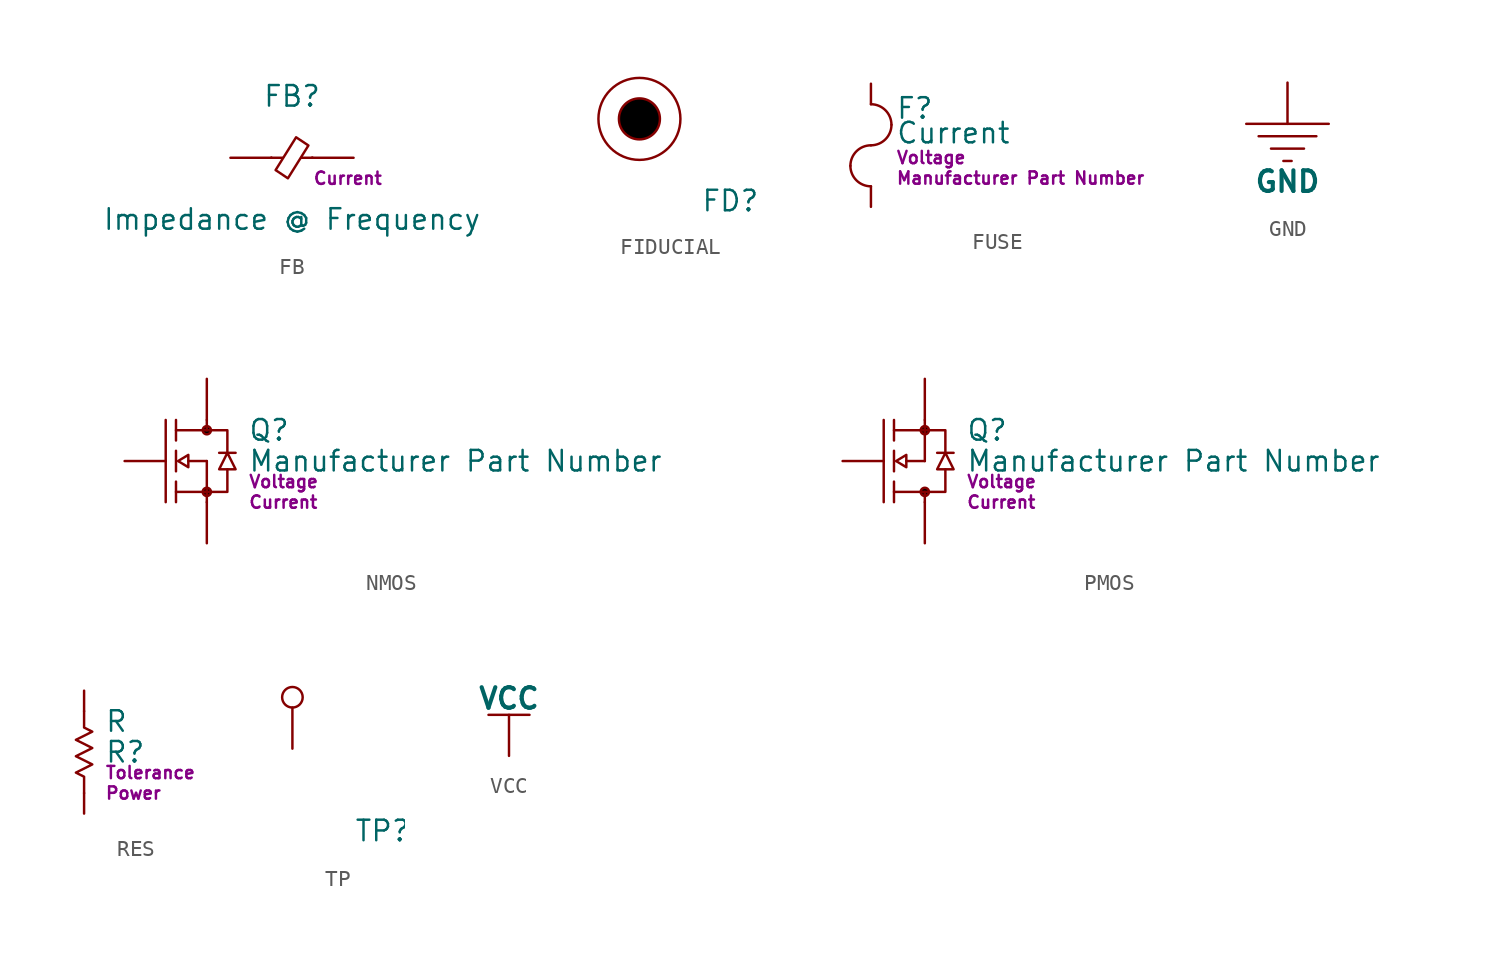
<source format=kicad_sym>
(kicad_symbol_lib
  (version 20231120)
  (generator "kicad_symbol_editor")
  (generator_version "8.0")
  (symbol "FB"
    (pin_numbers hide)
    (pin_names
      (offset 0) hide)
    (property "Reference" "FB"
      (at 3.81 3.81 0)
      (effects (font (size 1.27 1.27))))
    (property "Value" "${Impedance}"
      (at 3.81 -3.81 0)
      (effects (font (size 1.27 1.27))))
    (property "Current" "Current"
      (at 5.08 -1.27 0)
      (effects (font (size 0.762 0.762)) (justify left)))
    (property "Impedance" "Impedance @ Frequency"
      (at 0 -8.89 0)
      (effects (font (size 0.762 0.762)) (justify left) (hide yes)))
    (symbol "FB_0_1"
      (polyline (pts (xy 2.54 0) (xy 2.515 0)) (stroke (width 0) (type default)) (fill (type none)))
      (polyline (pts (xy 2.54 0) (xy 3.239 0)) (stroke (width 0) (type default)) (fill (type none)))
      (polyline (pts (xy 5.08 0) (xy 4.381 0)) (stroke (width 0) (type default)) (fill (type none)))
      (polyline (pts (xy 5.08 0) (xy 5.029 0)) (stroke (width 0) (type default)) (fill (type none)))
      (polyline (pts (xy 4.064 1.27) (xy 4.826 0.762) (xy 3.556 -1.27) (xy 2.794 -0.762) (xy 4.064 1.27)) (stroke (width 0) (type default)) (fill (type none))))
    (symbol "FB_1_1"
      (pin passive line (at 0 0 0) (length 2.54) (name "1" (effects (font (size 1.27 1.27)))) (number "1" (effects (font (size 1.27 1.27)))))
      (pin passive line (at 7.62 0 180) (length 2.54) (name "2" (effects (font (size 1.27 1.27)))) (number "2" (effects (font (size 1.27 1.27)))))))
  (symbol "FIDUCIAL"
    (pin_numbers hide)
    (pin_names
      (offset 0) hide)
    (property "Reference" "FD"
      (at 3.81 -5.08 0)
      (effects (font (size 1.27 1.27)) (justify left)))
    (symbol "FIDUCIAL_1_1"
      (circle (center 0 0) (radius 1.27) (stroke (width 0) (type default)) (fill (type color) (color 0 0 0 1)))
      (circle (center 0 0) (radius 2.54) (stroke (width 0) (type default)) (fill (type none)))))
  (symbol "FUSE"
    (pin_numbers hide)
    (pin_names
      (offset 0) hide)
    (property "Reference" "F"
      (at 1.524 -1.524 0)
      (effects (font (size 1.27 1.27)) (justify left)))
    (property "Value" "${Current}"
      (at 1.524 -3.048 0)
      (effects (font (size 1.27 1.27)) (justify left)))
    (property "Voltage" "Voltage"
      (at 1.524 -4.572 0)
      (effects (font (size 0.762 0.762)) (justify left)))
    (property "Current" "Current"
      (at 12.7 -1.016 0)
      (effects (font (size 0.762 0.762)) (justify left) (hide yes)))
    (property "Manufacturer Part Number" "Manufacturer Part Number"
      (at 1.524 -5.842 0)
      (effects (font (size 0.762 0.762)) (justify left)))
    (symbol "FUSE_0_1"
      (arc (start -1.2701 -5.0801) (mid -0.8981 -5.9781) (end -0.0001 -6.3501) (stroke (width 0) (type default)) (fill (type none)))
      (arc (start -0.0001 -3.8101) (mid -0.8981 -4.1821) (end -1.2701 -5.0801) (stroke (width 0) (type default)) (fill (type none)))
      (arc (start 0 -3.81) (mid 0.898 -3.438) (end 1.27 -2.54) (stroke (width 0) (type default)) (fill (type none)))
      (arc (start 1.27 -2.54) (mid 0.898 -1.642) (end 0 -1.27) (stroke (width 0) (type default)) (fill (type none))))
    (symbol "FUSE_1_1"
      (pin passive line (at 0 0 270) (length 1.27) (name "1" (effects (font (size 1.27 1.27)))) (number "1" (effects (font (size 1.27 1.27)))))
      (pin passive line (at 0 -7.62 90) (length 1.27) (name "2" (effects (font (size 1.27 1.27)))) (number "2" (effects (font (size 1.27 1.27)))))))
  (symbol "GND"
    (power)
    (pin_numbers hide)
    (pin_names hide)
    (property "Reference" "#PWR"
      (at -0.254 -7.874 0)
      (effects (font (size 1.27 1.27)) (hide yes)))
    (property "Value" "GND"
      (at 0 -6.096 0)
      (do_not_autoplace)
      (effects (font (size 1.27 1.27) (bold yes))))
    (symbol "GND_0_1"
      (polyline (pts (xy -2.54 -2.54) (xy 2.54 -2.54)) (stroke (width 0) (type default)) (fill (type none)))
      (polyline (pts (xy -1.778 -3.302) (xy 1.778 -3.302)) (stroke (width 0) (type default)) (fill (type none)))
      (polyline (pts (xy -1.016 -4.064) (xy 1.016 -4.064)) (stroke (width 0) (type default)) (fill (type none)))
      (polyline (pts (xy -0.254 -4.826) (xy 0.254 -4.826)) (stroke (width 0) (type default)) (fill (type none))))
    (symbol "GND_1_1"
      (pin power_in line (at 0 0 270) (length 2.54) (name "GND" (effects (font (size 1.27 1.27)))) (number "1" (effects (font (size 1.27 1.27)))))))
  (symbol "NMOS"
    (pin_numbers hide)
    (pin_names
      (offset 0) hide)
    (property "Reference" "Q"
      (at 2.54 -3.175 0)
      (effects (font (size 1.27 1.27)) (justify left)))
    (property "Value" "Manufacturer Part Number"
      (at 2.54 -5.08 0)
      (effects (font (size 1.27 1.27)) (justify left)))
    (property "Voltage" "Voltage"
      (at 2.54 -6.35 0)
      (effects (font (size 0.762 0.762)) (justify left)))
    (property "Current" "Current"
      (at 2.54 -7.62 0)
      (effects (font (size 0.762 0.762)) (justify left)))
    (symbol "NMOS_0_1"
      (polyline (pts (xy -2.54 -2.54) (xy -2.54 -7.62)) (stroke (width 0) (type default)) (fill (type none)))
      (polyline (pts (xy -1.905 -6.35) (xy -1.905 -7.62)) (stroke (width 0) (type default)) (fill (type none)))
      (polyline (pts (xy -1.905 -4.445) (xy -1.905 -5.715)) (stroke (width 0) (type default)) (fill (type none)))
      (polyline (pts (xy -1.905 -2.54) (xy -1.905 -3.81)) (stroke (width 0) (type default)) (fill (type none)))
      (polyline (pts (xy -1.143 -5.08) (xy 0 -5.08)) (stroke (width 0) (type default)) (fill (type none)))
      (polyline (pts (xy 0 -5.08) (xy 0 -6.985)) (stroke (width 0) (type default)) (fill (type none)))
      (polyline (pts (xy 0.762 -4.572) (xy 1.778 -4.572)) (stroke (width 0) (type default)) (fill (type none)))
      (polyline (pts (xy -1.905 -6.985) (xy 0 -6.985) (xy 0 -7.62)) (stroke (width 0) (type default)) (fill (type none)))
      (polyline (pts (xy -1.905 -3.175) (xy 0 -3.175) (xy 0 -2.54)) (stroke (width 0) (type default)) (fill (type none)))
      (polyline (pts (xy 0 -6.985) (xy 1.27 -6.985) (xy 1.27 -5.588)) (stroke (width 0) (type default)) (fill (type none)))
      (polyline (pts (xy 0 -3.175) (xy 1.27 -3.175) (xy 1.27 -4.572)) (stroke (width 0) (type default)) (fill (type none)))
      (polyline (pts (xy -1.143 -4.699) (xy -1.143 -5.461) (xy -1.778 -5.08) (xy -1.143 -4.699)) (stroke (width 0) (type default)) (fill (type none)))
      (polyline (pts (xy 1.27 -4.572) (xy 1.778 -5.588) (xy 0.762 -5.588) (xy 1.27 -4.572)) (stroke (width 0) (type default)) (fill (type none))))
    (symbol "NMOS_1_1"
      (circle (center 0 -6.985) (radius 0.254) (stroke (width 0) (type default)) (fill (type color) (color 0 0 0 1)))
      (circle (center 0 -3.175) (radius 0.254) (stroke (width 0) (type default)) (fill (type color) (color 0 0 0 1)))
      (pin passive line (at 0 0 270) (length 2.54) (name "D" (effects (font (size 1.27 1.27)))) (number "D" (effects (font (size 1.27 1.27)))))
      (pin passive line (at -5.08 -5.08 0) (length 2.54) (name "G" (effects (font (size 1.27 1.27)))) (number "G" (effects (font (size 1.27 1.27)))))
      (pin passive line (at 0 -10.16 90) (length 2.54) (name "S" (effects (font (size 1.27 1.27)))) (number "S" (effects (font (size 1.27 1.27)))))))
  (symbol "PMOS"
    (pin_numbers hide)
    (pin_names
      (offset 0) hide)
    (property "Reference" "Q"
      (at 2.54 -3.175 0)
      (effects (font (size 1.27 1.27)) (justify left)))
    (property "Value" "Manufacturer Part Number"
      (at 2.54 -5.08 0)
      (effects (font (size 1.27 1.27)) (justify left)))
    (property "Voltage" "Voltage"
      (at 2.54 -6.35 0)
      (effects (font (size 0.762 0.762)) (justify left)))
    (property "Current" "Current"
      (at 2.54 -7.62 0)
      (effects (font (size 0.762 0.762)) (justify left)))
    (symbol "PMOS_0_1"
      (polyline (pts (xy -2.54 -2.54) (xy -2.54 -7.62)) (stroke (width 0) (type default)) (fill (type none)))
      (polyline (pts (xy -1.905 -6.35) (xy -1.905 -7.62)) (stroke (width 0) (type default)) (fill (type none)))
      (polyline (pts (xy -1.905 -4.445) (xy -1.905 -5.715)) (stroke (width 0) (type default)) (fill (type none)))
      (polyline (pts (xy -1.905 -2.54) (xy -1.905 -3.81)) (stroke (width 0) (type default)) (fill (type none)))
      (polyline (pts (xy -1.143 -5.08) (xy 0 -5.08)) (stroke (width 0) (type default)) (fill (type none)))
      (polyline (pts (xy 0 -3.175) (xy 0 -5.08)) (stroke (width 0) (type default)) (fill (type none)))
      (polyline (pts (xy 0.762 -4.572) (xy 1.778 -4.572)) (stroke (width 0) (type default)) (fill (type none)))
      (polyline (pts (xy -1.905 -6.985) (xy 0 -6.985) (xy 0 -7.62)) (stroke (width 0) (type default)) (fill (type none)))
      (polyline (pts (xy -1.905 -3.175) (xy 0 -3.175) (xy 0 -2.54)) (stroke (width 0) (type default)) (fill (type none)))
      (polyline (pts (xy 0 -6.985) (xy 1.27 -6.985) (xy 1.27 -5.588)) (stroke (width 0) (type default)) (fill (type none)))
      (polyline (pts (xy 0 -3.175) (xy 1.27 -3.175) (xy 1.27 -4.572)) (stroke (width 0) (type default)) (fill (type none)))
      (polyline (pts (xy -1.143 -4.699) (xy -1.143 -5.461) (xy -1.778 -5.08) (xy -1.143 -4.699)) (stroke (width 0) (type default)) (fill (type none)))
      (polyline (pts (xy 1.27 -4.572) (xy 1.778 -5.588) (xy 0.762 -5.588) (xy 1.27 -4.572)) (stroke (width 0) (type default)) (fill (type none))))
    (symbol "PMOS_1_1"
      (circle (center 0 -6.985) (radius 0.254) (stroke (width 0) (type default)) (fill (type color) (color 0 0 0 1)))
      (circle (center 0 -3.175) (radius 0.254) (stroke (width 0) (type default)) (fill (type color) (color 0 0 0 1)))
      (pin passive line (at 0 -10.16 90) (length 2.54) (name "D" (effects (font (size 1.27 1.27)))) (number "D" (effects (font (size 1.27 1.27)))))
      (pin passive line (at -5.08 -5.08 0) (length 2.54) (name "G" (effects (font (size 1.27 1.27)))) (number "G" (effects (font (size 1.27 1.27)))))
      (pin passive line (at 0 0 270) (length 2.54) (name "S" (effects (font (size 1.27 1.27)))) (number "S" (effects (font (size 1.27 1.27)))))))
  (symbol "RES"
    (pin_numbers hide)
    (pin_names
      (offset 0) hide)
    (property "Reference" "R"
      (at 1.27 -3.81 0)
      (effects (font (size 1.27 1.27)) (justify left)))
    (property "Value" "R"
      (at 1.27 -1.905 0)
      (effects (font (size 1.27 1.27)) (justify left)))
    (property "Tolerance" "Tolerance"
      (at 1.27 -5.08 0)
      (effects (font (size 0.762 0.762)) (justify left)))
    (property "Power" "Power"
      (at 1.27 -6.35 0)
      (effects (font (size 0.762 0.762)) (justify left)))
    (symbol "RES_0_1"
      (polyline (pts (xy 0 -1.27) (xy 0 -2.286) (xy 0.508 -2.54) (xy -0.508 -3.048) (xy 0.508 -3.556) (xy -0.508 -4.064) (xy 0.508 -4.572) (xy -0.508 -5.08) (xy 0 -5.334) (xy 0 -6.35)) (stroke (width 0) (type default)) (fill (type none))))
    (symbol "RES_1_1"
      (pin passive line (at 0 0 270) (length 1.27) (name "1" (effects (font (size 1.27 1.27)))) (number "1" (effects (font (size 1.27 1.27)))))
      (pin passive line (at 0 -7.62 90) (length 1.27) (name "2" (effects (font (size 1.27 1.27)))) (number "2" (effects (font (size 1.27 1.27)))))))
  (symbol "TP"
    (pin_numbers hide)
    (pin_names
      (offset 0) hide)
    (property "Reference" "TP"
      (at 3.81 -5.08 0)
      (effects (font (size 1.27 1.27)) (justify left)))
    (symbol "TP_0_1"
      (circle (center 0 3.175) (radius 0.635) (stroke (width 0) (type default)) (fill (type none))))
    (symbol "TP_1_1"
      (pin passive line (at 0 0 90) (length 2.54) (name "1" (effects (font (size 1.27 1.27)))) (number "1" (effects (font (size 1.27 1.27)))))))
  (symbol "VCC"
    (power)
    (pin_numbers hide)
    (pin_names hide)
    (property "Reference" "#PWR"
      (at 0 -3.81 0)
      (effects (font (size 1.27 1.27)) (hide yes)))
    (property "Value" "VCC"
      (at 0 3.556 0)
      (do_not_autoplace)
      (effects (font (size 1.27 1.27) (bold yes))))
    (symbol "VCC_0_1"
      (polyline (pts (xy -1.27 2.54) (xy 1.27 2.54)) (stroke (width 0) (type default)) (fill (type none))))
    (symbol "VCC_1_1"
      (pin power_in line (at 0 0 90) (length 2.54) (name "SHLD_GND" (effects (font (size 1.27 1.27)))) (number "1" (effects (font (size 1.27 1.27))))))))
</source>
